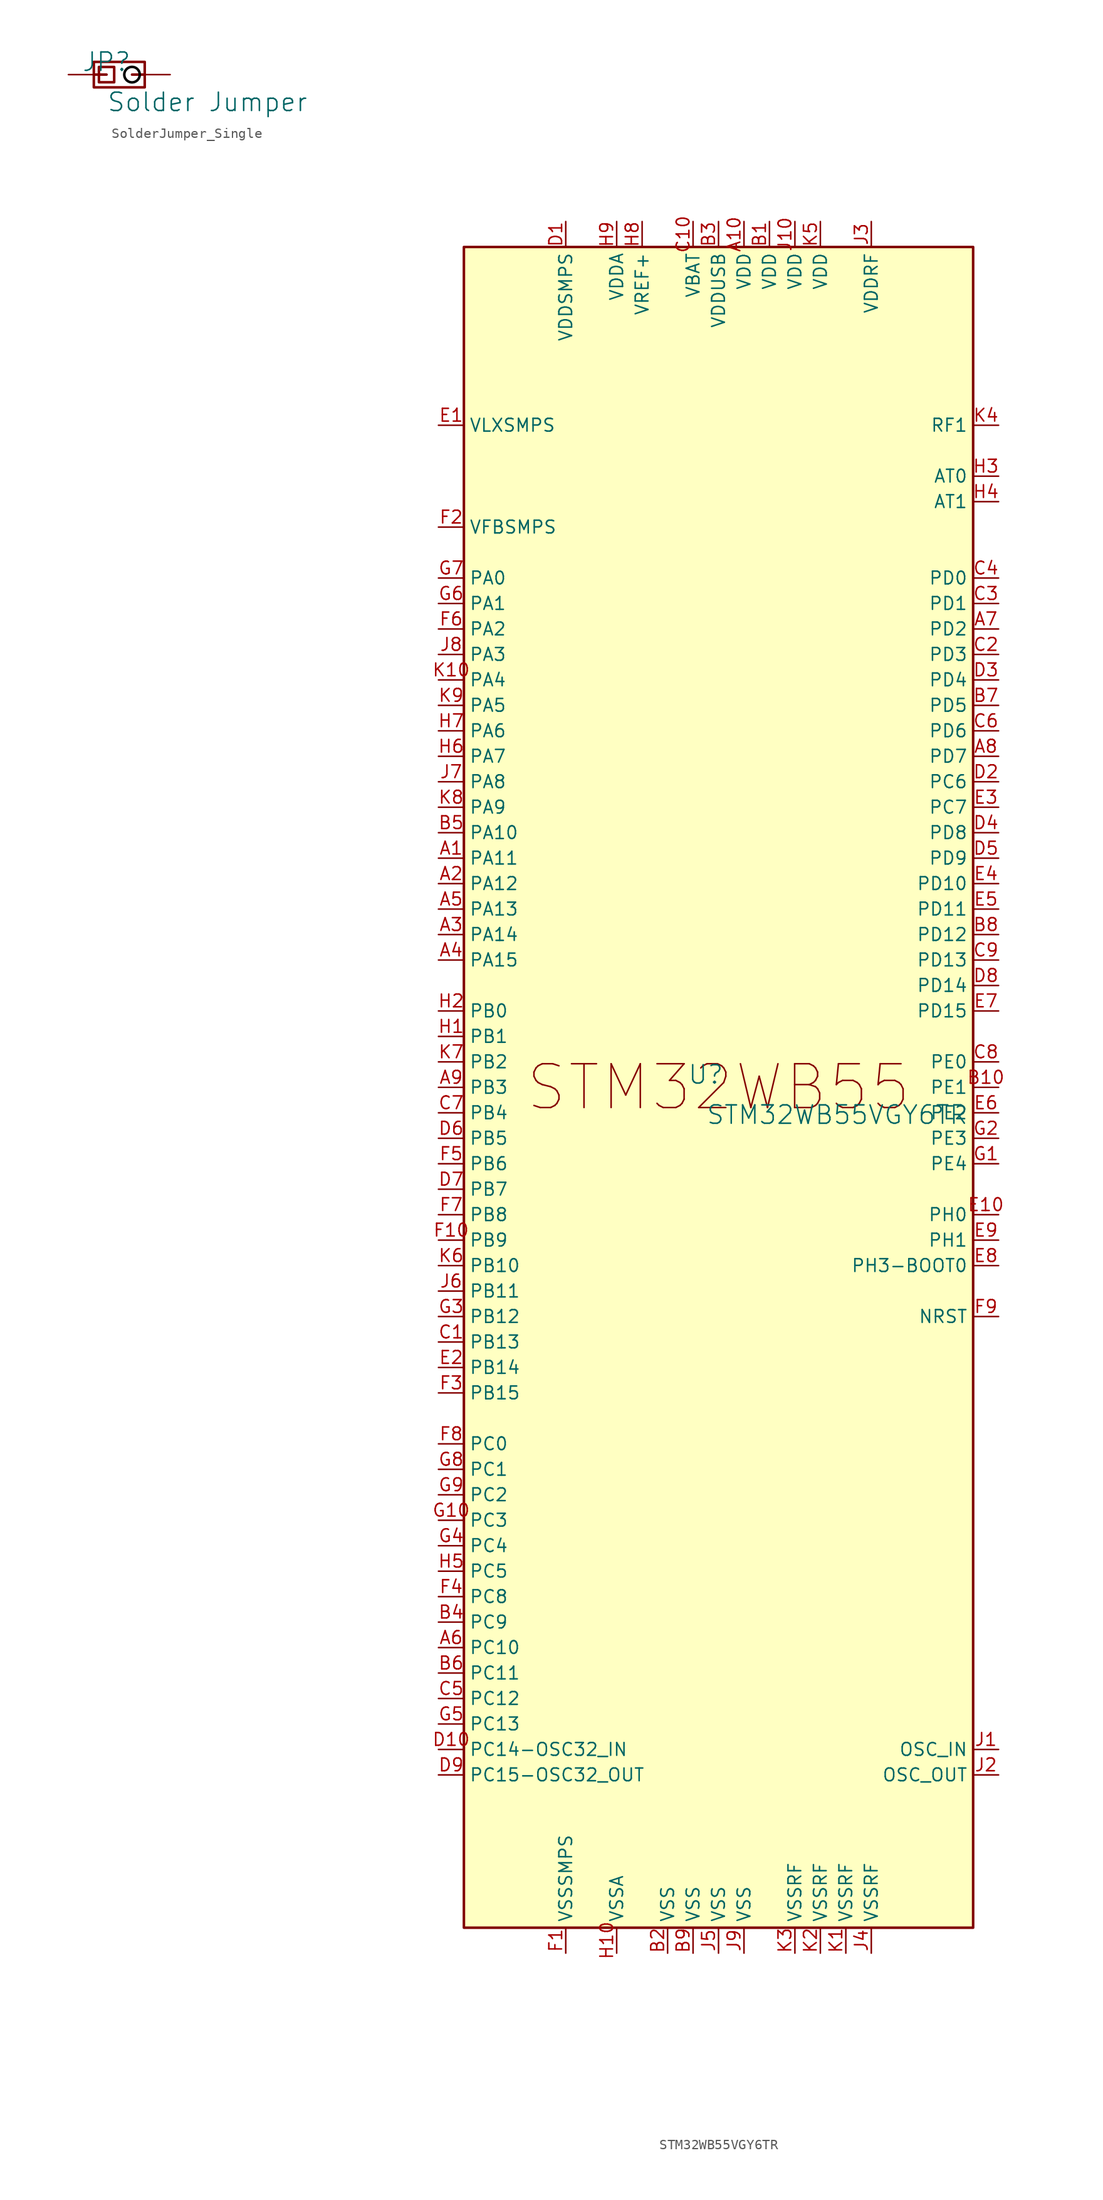
<source format=kicad_sym>
(kicad_symbol_lib
  (version 20231120)
  (generator "kicad_symbol_editor")
  (generator_version "8.0")
  (symbol "SolderJumper_Single"
    (property "Reference" "JP"
      (at -1.27 1.27 0)
      (effects (font (size 1.829 1.829))))
    (property "Value" "Solder Jumper"
      (at -1.27 -3.81 0)
      (effects (font (size 1.829 1.829)) (justify left bottom)))
    (symbol "SolderJumper_Single_1_0"
      (polyline (pts (xy -1.27 0) (xy -2.54 0)) (stroke (width 0.254) (type solid)) (fill (type none)))
      (polyline (pts (xy 1.27 0) (xy 2.54 0)) (stroke (width 0.254) (type solid)) (fill (type none)))
      (polyline (pts (xy -2.54 0) (xy -2.54 1.27) (xy 2.54 1.27) (xy 2.54 -1.27) (xy -2.54 -1.27) (xy -2.54 0)) (stroke (width 0.254) (type solid)) (fill (type none)))
      (polyline (pts (xy -2.032 0) (xy -2.032 0.762) (xy -0.508 0.762) (xy -0.508 -0.762) (xy -2.032 -0.762) (xy -2.032 0)) (stroke (width 0.254) (type solid)) (fill (type none)))
      (arc (start 2.0459 0.0119) (mid 0.494 -0.0071) (end 2.046 0.0022) (stroke (width 0.254) (type solid) (color 0 0 0 1)) (fill (type none)))
      (pin passive line (at -5.08 0 0) (length 2.54) (name "1" (effects (font (size 0 0)))) (number "1" (effects (font (size 0 0)))))
      (pin passive line (at 5.08 0 180) (length 2.54) (name "2" (effects (font (size 0 0)))) (number "2" (effects (font (size 0 0)))))))
  (symbol "STM32WB55VGY6TR"
    (property "Reference" "U"
      (at -1.27 1.27 0)
      (effects (font (size 1.829 1.829))))
    (property "Value" "STM32WB55VGY6TR"
      (at -1.27 -3.81 0)
      (effects (font (size 1.829 1.829)) (justify left bottom)))
    (symbol "STM32WB55VGY6TR_1_0"
      (rectangle (start 25.4 83.82) (end -25.4 -83.82) (stroke (width 0.254) (type solid) (color 128 0 0 1)) (fill (type background)))
      (text "STM32WB55" (at 0 0 0) (effects (font (size 4.369 4.369))))
      (pin passive line (at -27.94 22.86 0) (length 2.54) (name "PA11" (effects (font (size 1.27 1.27)))) (number "A1" (effects (font (size 1.27 1.27)))))
      (pin passive line (at 2.54 86.36 270) (length 2.54) (name "VDD" (effects (font (size 1.27 1.27)))) (number "A10" (effects (font (size 1.27 1.27)))))
      (pin passive line (at -27.94 20.32 0) (length 2.54) (name "PA12" (effects (font (size 1.27 1.27)))) (number "A2" (effects (font (size 1.27 1.27)))))
      (pin passive line (at -27.94 15.24 0) (length 2.54) (name "PA14" (effects (font (size 1.27 1.27)))) (number "A3" (effects (font (size 1.27 1.27)))))
      (pin passive line (at -27.94 12.7 0) (length 2.54) (name "PA15" (effects (font (size 1.27 1.27)))) (number "A4" (effects (font (size 1.27 1.27)))))
      (pin passive line (at -27.94 17.78 0) (length 2.54) (name "PA13" (effects (font (size 1.27 1.27)))) (number "A5" (effects (font (size 1.27 1.27)))))
      (pin passive line (at -27.94 -55.88 0) (length 2.54) (name "PC10" (effects (font (size 1.27 1.27)))) (number "A6" (effects (font (size 1.27 1.27)))))
      (pin passive line (at 27.94 45.72 180) (length 2.54) (name "PD2" (effects (font (size 1.27 1.27)))) (number "A7" (effects (font (size 1.27 1.27)))))
      (pin passive line (at 27.94 33.02 180) (length 2.54) (name "PD7" (effects (font (size 1.27 1.27)))) (number "A8" (effects (font (size 1.27 1.27)))))
      (pin passive line (at -27.94 0 0) (length 2.54) (name "PB3" (effects (font (size 1.27 1.27)))) (number "A9" (effects (font (size 1.27 1.27)))))
      (pin passive line (at 5.08 86.36 270) (length 2.54) (name "VDD" (effects (font (size 1.27 1.27)))) (number "B1" (effects (font (size 1.27 1.27)))))
      (pin passive line (at 27.94 0 180) (length 2.54) (name "PE1" (effects (font (size 1.27 1.27)))) (number "B10" (effects (font (size 1.27 1.27)))))
      (pin passive line (at -5.08 -86.36 90) (length 2.54) (name "VSS" (effects (font (size 1.27 1.27)))) (number "B2" (effects (font (size 1.27 1.27)))))
      (pin passive line (at 0 86.36 270) (length 2.54) (name "VDDUSB" (effects (font (size 1.27 1.27)))) (number "B3" (effects (font (size 1.27 1.27)))))
      (pin passive line (at -27.94 -53.34 0) (length 2.54) (name "PC9" (effects (font (size 1.27 1.27)))) (number "B4" (effects (font (size 1.27 1.27)))))
      (pin passive line (at -27.94 25.4 0) (length 2.54) (name "PA10" (effects (font (size 1.27 1.27)))) (number "B5" (effects (font (size 1.27 1.27)))))
      (pin passive line (at -27.94 -58.42 0) (length 2.54) (name "PC11" (effects (font (size 1.27 1.27)))) (number "B6" (effects (font (size 1.27 1.27)))))
      (pin passive line (at 27.94 38.1 180) (length 2.54) (name "PD5" (effects (font (size 1.27 1.27)))) (number "B7" (effects (font (size 1.27 1.27)))))
      (pin passive line (at 27.94 15.24 180) (length 2.54) (name "PD12" (effects (font (size 1.27 1.27)))) (number "B8" (effects (font (size 1.27 1.27)))))
      (pin passive line (at -2.54 -86.36 90) (length 2.54) (name "VSS" (effects (font (size 1.27 1.27)))) (number "B9" (effects (font (size 1.27 1.27)))))
      (pin passive line (at -27.94 -25.4 0) (length 2.54) (name "PB13" (effects (font (size 1.27 1.27)))) (number "C1" (effects (font (size 1.27 1.27)))))
      (pin passive line (at -2.54 86.36 270) (length 2.54) (name "VBAT" (effects (font (size 1.27 1.27)))) (number "C10" (effects (font (size 1.27 1.27)))))
      (pin passive line (at 27.94 43.18 180) (length 2.54) (name "PD3" (effects (font (size 1.27 1.27)))) (number "C2" (effects (font (size 1.27 1.27)))))
      (pin passive line (at 27.94 48.26 180) (length 2.54) (name "PD1" (effects (font (size 1.27 1.27)))) (number "C3" (effects (font (size 1.27 1.27)))))
      (pin passive line (at 27.94 50.8 180) (length 2.54) (name "PD0" (effects (font (size 1.27 1.27)))) (number "C4" (effects (font (size 1.27 1.27)))))
      (pin passive line (at -27.94 -60.96 0) (length 2.54) (name "PC12" (effects (font (size 1.27 1.27)))) (number "C5" (effects (font (size 1.27 1.27)))))
      (pin passive line (at 27.94 35.56 180) (length 2.54) (name "PD6" (effects (font (size 1.27 1.27)))) (number "C6" (effects (font (size 1.27 1.27)))))
      (pin passive line (at -27.94 -2.54 0) (length 2.54) (name "PB4" (effects (font (size 1.27 1.27)))) (number "C7" (effects (font (size 1.27 1.27)))))
      (pin passive line (at 27.94 2.54 180) (length 2.54) (name "PE0" (effects (font (size 1.27 1.27)))) (number "C8" (effects (font (size 1.27 1.27)))))
      (pin passive line (at 27.94 12.7 180) (length 2.54) (name "PD13" (effects (font (size 1.27 1.27)))) (number "C9" (effects (font (size 1.27 1.27)))))
      (pin passive line (at -15.24 86.36 270) (length 2.54) (name "VDDSMPS" (effects (font (size 1.27 1.27)))) (number "D1" (effects (font (size 1.27 1.27)))))
      (pin passive line (at -27.94 -66.04 0) (length 2.54) (name "PC14-OSC32_IN" (effects (font (size 1.27 1.27)))) (number "D10" (effects (font (size 1.27 1.27)))))
      (pin passive line (at 27.94 30.48 180) (length 2.54) (name "PC6" (effects (font (size 1.27 1.27)))) (number "D2" (effects (font (size 1.27 1.27)))))
      (pin passive line (at 27.94 40.64 180) (length 2.54) (name "PD4" (effects (font (size 1.27 1.27)))) (number "D3" (effects (font (size 1.27 1.27)))))
      (pin passive line (at 27.94 25.4 180) (length 2.54) (name "PD8" (effects (font (size 1.27 1.27)))) (number "D4" (effects (font (size 1.27 1.27)))))
      (pin passive line (at 27.94 22.86 180) (length 2.54) (name "PD9" (effects (font (size 1.27 1.27)))) (number "D5" (effects (font (size 1.27 1.27)))))
      (pin passive line (at -27.94 -5.08 0) (length 2.54) (name "PB5" (effects (font (size 1.27 1.27)))) (number "D6" (effects (font (size 1.27 1.27)))))
      (pin passive line (at -27.94 -10.16 0) (length 2.54) (name "PB7" (effects (font (size 1.27 1.27)))) (number "D7" (effects (font (size 1.27 1.27)))))
      (pin passive line (at 27.94 10.16 180) (length 2.54) (name "PD14" (effects (font (size 1.27 1.27)))) (number "D8" (effects (font (size 1.27 1.27)))))
      (pin passive line (at -27.94 -68.58 0) (length 2.54) (name "PC15-OSC32_OUT" (effects (font (size 1.27 1.27)))) (number "D9" (effects (font (size 1.27 1.27)))))
      (pin passive line (at -27.94 66.04 0) (length 2.54) (name "VLXSMPS" (effects (font (size 1.27 1.27)))) (number "E1" (effects (font (size 1.27 1.27)))))
      (pin passive line (at 27.94 -12.7 180) (length 2.54) (name "PH0" (effects (font (size 1.27 1.27)))) (number "E10" (effects (font (size 1.27 1.27)))))
      (pin passive line (at -27.94 -27.94 0) (length 2.54) (name "PB14" (effects (font (size 1.27 1.27)))) (number "E2" (effects (font (size 1.27 1.27)))))
      (pin passive line (at 27.94 27.94 180) (length 2.54) (name "PC7" (effects (font (size 1.27 1.27)))) (number "E3" (effects (font (size 1.27 1.27)))))
      (pin passive line (at 27.94 20.32 180) (length 2.54) (name "PD10" (effects (font (size 1.27 1.27)))) (number "E4" (effects (font (size 1.27 1.27)))))
      (pin passive line (at 27.94 17.78 180) (length 2.54) (name "PD11" (effects (font (size 1.27 1.27)))) (number "E5" (effects (font (size 1.27 1.27)))))
      (pin passive line (at 27.94 -2.54 180) (length 2.54) (name "PE2" (effects (font (size 1.27 1.27)))) (number "E6" (effects (font (size 1.27 1.27)))))
      (pin passive line (at 27.94 7.62 180) (length 2.54) (name "PD15" (effects (font (size 1.27 1.27)))) (number "E7" (effects (font (size 1.27 1.27)))))
      (pin passive line (at 27.94 -17.78 180) (length 2.54) (name "PH3-BOOT0" (effects (font (size 1.27 1.27)))) (number "E8" (effects (font (size 1.27 1.27)))))
      (pin passive line (at 27.94 -15.24 180) (length 2.54) (name "PH1" (effects (font (size 1.27 1.27)))) (number "E9" (effects (font (size 1.27 1.27)))))
      (pin passive line (at -15.24 -86.36 90) (length 2.54) (name "VSSSMPS" (effects (font (size 1.27 1.27)))) (number "F1" (effects (font (size 1.27 1.27)))))
      (pin passive line (at -27.94 -15.24 0) (length 2.54) (name "PB9" (effects (font (size 1.27 1.27)))) (number "F10" (effects (font (size 1.27 1.27)))))
      (pin passive line (at -27.94 55.88 0) (length 2.54) (name "VFBSMPS" (effects (font (size 1.27 1.27)))) (number "F2" (effects (font (size 1.27 1.27)))))
      (pin passive line (at -27.94 -30.48 0) (length 2.54) (name "PB15" (effects (font (size 1.27 1.27)))) (number "F3" (effects (font (size 1.27 1.27)))))
      (pin passive line (at -27.94 -50.8 0) (length 2.54) (name "PC8" (effects (font (size 1.27 1.27)))) (number "F4" (effects (font (size 1.27 1.27)))))
      (pin passive line (at -27.94 -7.62 0) (length 2.54) (name "PB6" (effects (font (size 1.27 1.27)))) (number "F5" (effects (font (size 1.27 1.27)))))
      (pin passive line (at -27.94 45.72 0) (length 2.54) (name "PA2" (effects (font (size 1.27 1.27)))) (number "F6" (effects (font (size 1.27 1.27)))))
      (pin passive line (at -27.94 -12.7 0) (length 2.54) (name "PB8" (effects (font (size 1.27 1.27)))) (number "F7" (effects (font (size 1.27 1.27)))))
      (pin passive line (at -27.94 -35.56 0) (length 2.54) (name "PC0" (effects (font (size 1.27 1.27)))) (number "F8" (effects (font (size 1.27 1.27)))))
      (pin passive line (at 27.94 -22.86 180) (length 2.54) (name "NRST" (effects (font (size 1.27 1.27)))) (number "F9" (effects (font (size 1.27 1.27)))))
      (pin passive line (at 27.94 -7.62 180) (length 2.54) (name "PE4" (effects (font (size 1.27 1.27)))) (number "G1" (effects (font (size 1.27 1.27)))))
      (pin passive line (at -27.94 -43.18 0) (length 2.54) (name "PC3" (effects (font (size 1.27 1.27)))) (number "G10" (effects (font (size 1.27 1.27)))))
      (pin passive line (at 27.94 -5.08 180) (length 2.54) (name "PE3" (effects (font (size 1.27 1.27)))) (number "G2" (effects (font (size 1.27 1.27)))))
      (pin passive line (at -27.94 -22.86 0) (length 2.54) (name "PB12" (effects (font (size 1.27 1.27)))) (number "G3" (effects (font (size 1.27 1.27)))))
      (pin passive line (at -27.94 -45.72 0) (length 2.54) (name "PC4" (effects (font (size 1.27 1.27)))) (number "G4" (effects (font (size 1.27 1.27)))))
      (pin passive line (at -27.94 -63.5 0) (length 2.54) (name "PC13" (effects (font (size 1.27 1.27)))) (number "G5" (effects (font (size 1.27 1.27)))))
      (pin passive line (at -27.94 48.26 0) (length 2.54) (name "PA1" (effects (font (size 1.27 1.27)))) (number "G6" (effects (font (size 1.27 1.27)))))
      (pin passive line (at -27.94 50.8 0) (length 2.54) (name "PA0" (effects (font (size 1.27 1.27)))) (number "G7" (effects (font (size 1.27 1.27)))))
      (pin passive line (at -27.94 -38.1 0) (length 2.54) (name "PC1" (effects (font (size 1.27 1.27)))) (number "G8" (effects (font (size 1.27 1.27)))))
      (pin passive line (at -27.94 -40.64 0) (length 2.54) (name "PC2" (effects (font (size 1.27 1.27)))) (number "G9" (effects (font (size 1.27 1.27)))))
      (pin passive line (at -27.94 5.08 0) (length 2.54) (name "PB1" (effects (font (size 1.27 1.27)))) (number "H1" (effects (font (size 1.27 1.27)))))
      (pin passive line (at -10.16 -86.36 90) (length 2.54) (name "VSSA" (effects (font (size 1.27 1.27)))) (number "H10" (effects (font (size 1.27 1.27)))))
      (pin passive line (at -27.94 7.62 0) (length 2.54) (name "PB0" (effects (font (size 1.27 1.27)))) (number "H2" (effects (font (size 1.27 1.27)))))
      (pin passive line (at 27.94 60.96 180) (length 2.54) (name "AT0" (effects (font (size 1.27 1.27)))) (number "H3" (effects (font (size 1.27 1.27)))))
      (pin passive line (at 27.94 58.42 180) (length 2.54) (name "AT1" (effects (font (size 1.27 1.27)))) (number "H4" (effects (font (size 1.27 1.27)))))
      (pin passive line (at -27.94 -48.26 0) (length 2.54) (name "PC5" (effects (font (size 1.27 1.27)))) (number "H5" (effects (font (size 1.27 1.27)))))
      (pin passive line (at -27.94 33.02 0) (length 2.54) (name "PA7" (effects (font (size 1.27 1.27)))) (number "H6" (effects (font (size 1.27 1.27)))))
      (pin passive line (at -27.94 35.56 0) (length 2.54) (name "PA6" (effects (font (size 1.27 1.27)))) (number "H7" (effects (font (size 1.27 1.27)))))
      (pin passive line (at -7.62 86.36 270) (length 2.54) (name "VREF+" (effects (font (size 1.27 1.27)))) (number "H8" (effects (font (size 1.27 1.27)))))
      (pin passive line (at -10.16 86.36 270) (length 2.54) (name "VDDA" (effects (font (size 1.27 1.27)))) (number "H9" (effects (font (size 1.27 1.27)))))
      (pin passive line (at 27.94 -66.04 180) (length 2.54) (name "OSC_IN" (effects (font (size 1.27 1.27)))) (number "J1" (effects (font (size 1.27 1.27)))))
      (pin passive line (at 7.62 86.36 270) (length 2.54) (name "VDD" (effects (font (size 1.27 1.27)))) (number "J10" (effects (font (size 1.27 1.27)))))
      (pin passive line (at 27.94 -68.58 180) (length 2.54) (name "OSC_OUT" (effects (font (size 1.27 1.27)))) (number "J2" (effects (font (size 1.27 1.27)))))
      (pin passive line (at 15.24 86.36 270) (length 2.54) (name "VDDRF" (effects (font (size 1.27 1.27)))) (number "J3" (effects (font (size 1.27 1.27)))))
      (pin passive line (at 15.24 -86.36 90) (length 2.54) (name "VSSRF" (effects (font (size 1.27 1.27)))) (number "J4" (effects (font (size 1.27 1.27)))))
      (pin passive line (at 0 -86.36 90) (length 2.54) (name "VSS" (effects (font (size 1.27 1.27)))) (number "J5" (effects (font (size 1.27 1.27)))))
      (pin passive line (at -27.94 -20.32 0) (length 2.54) (name "PB11" (effects (font (size 1.27 1.27)))) (number "J6" (effects (font (size 1.27 1.27)))))
      (pin passive line (at -27.94 30.48 0) (length 2.54) (name "PA8" (effects (font (size 1.27 1.27)))) (number "J7" (effects (font (size 1.27 1.27)))))
      (pin passive line (at -27.94 43.18 0) (length 2.54) (name "PA3" (effects (font (size 1.27 1.27)))) (number "J8" (effects (font (size 1.27 1.27)))))
      (pin passive line (at 2.54 -86.36 90) (length 2.54) (name "VSS" (effects (font (size 1.27 1.27)))) (number "J9" (effects (font (size 1.27 1.27)))))
      (pin passive line (at 12.7 -86.36 90) (length 2.54) (name "VSSRF" (effects (font (size 1.27 1.27)))) (number "K1" (effects (font (size 1.27 1.27)))))
      (pin passive line (at -27.94 40.64 0) (length 2.54) (name "PA4" (effects (font (size 1.27 1.27)))) (number "K10" (effects (font (size 1.27 1.27)))))
      (pin passive line (at 10.16 -86.36 90) (length 2.54) (name "VSSRF" (effects (font (size 1.27 1.27)))) (number "K2" (effects (font (size 1.27 1.27)))))
      (pin passive line (at 7.62 -86.36 90) (length 2.54) (name "VSSRF" (effects (font (size 1.27 1.27)))) (number "K3" (effects (font (size 1.27 1.27)))))
      (pin passive line (at 27.94 66.04 180) (length 2.54) (name "RF1" (effects (font (size 1.27 1.27)))) (number "K4" (effects (font (size 1.27 1.27)))))
      (pin passive line (at 10.16 86.36 270) (length 2.54) (name "VDD" (effects (font (size 1.27 1.27)))) (number "K5" (effects (font (size 1.27 1.27)))))
      (pin passive line (at -27.94 -17.78 0) (length 2.54) (name "PB10" (effects (font (size 1.27 1.27)))) (number "K6" (effects (font (size 1.27 1.27)))))
      (pin passive line (at -27.94 2.54 0) (length 2.54) (name "PB2" (effects (font (size 1.27 1.27)))) (number "K7" (effects (font (size 1.27 1.27)))))
      (pin passive line (at -27.94 27.94 0) (length 2.54) (name "PA9" (effects (font (size 1.27 1.27)))) (number "K8" (effects (font (size 1.27 1.27)))))
      (pin passive line (at -27.94 38.1 0) (length 2.54) (name "PA5" (effects (font (size 1.27 1.27)))) (number "K9" (effects (font (size 1.27 1.27))))))))
</source>
